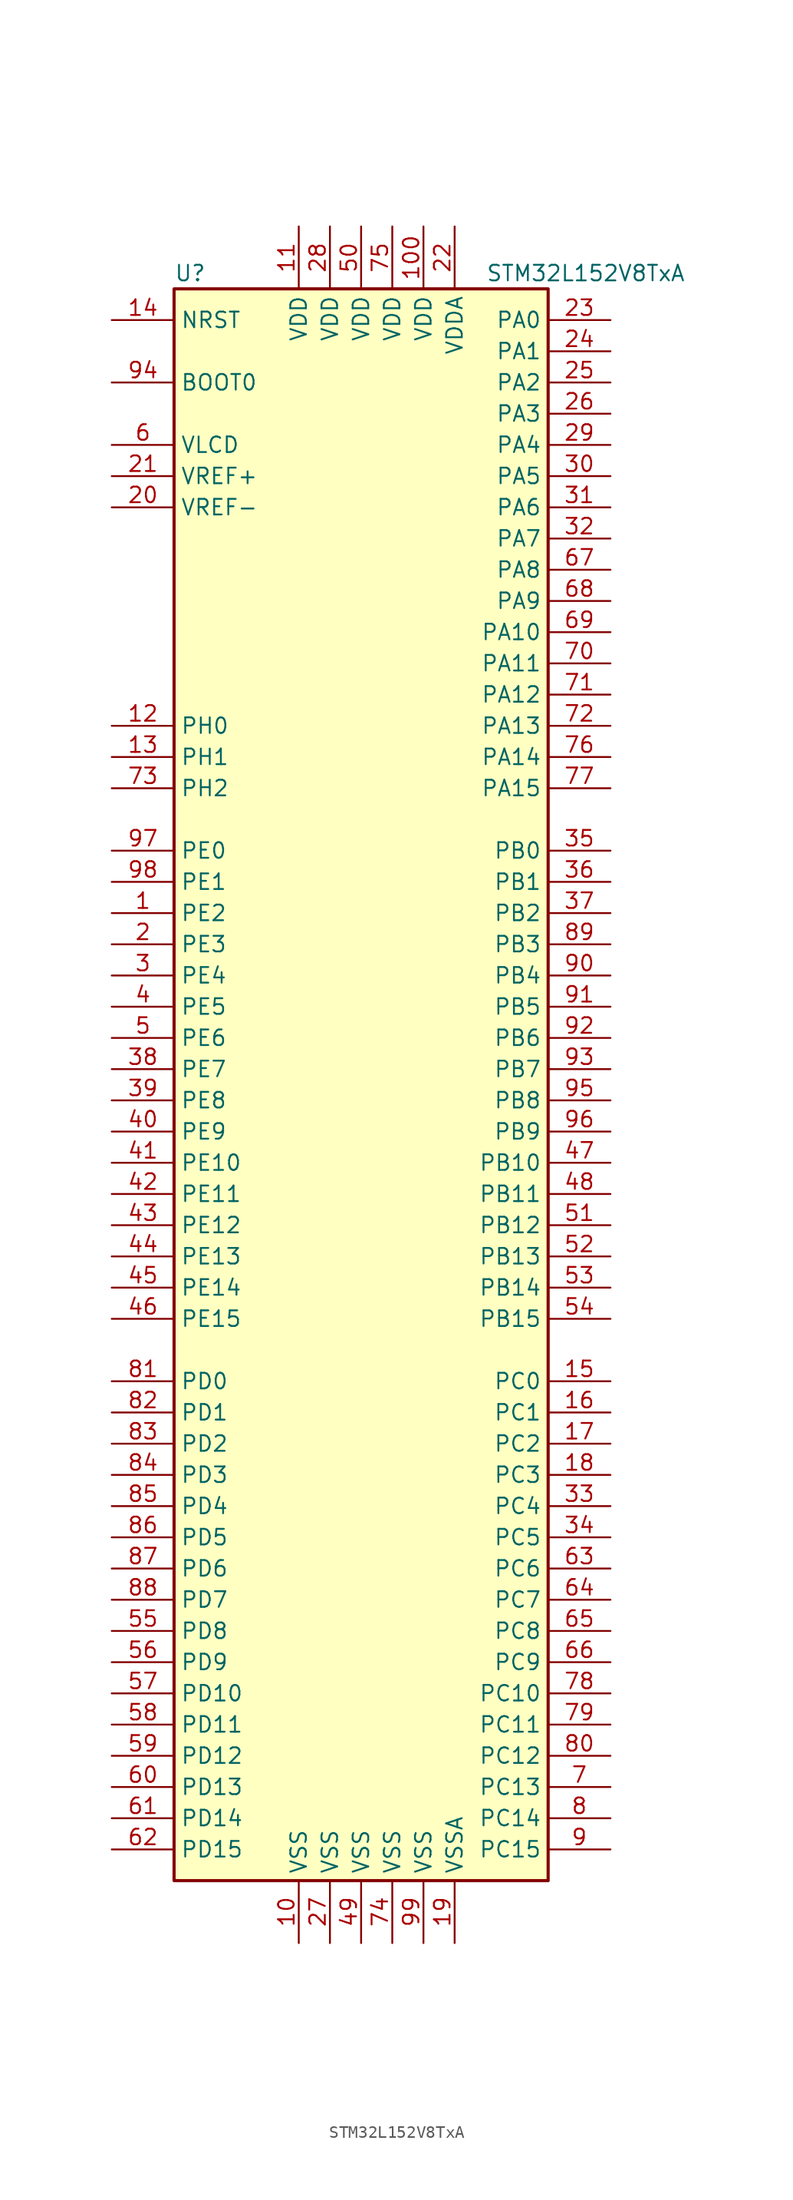
<source format=kicad_sym>
(kicad_symbol_lib
  (version 20211014)
  (generator kicad_symbol_editor)
  (symbol "STM32L152V8TxA"
    (property "Reference" "U"
      (at -15.24 64.77 0)
      (effects (font (size 1.27 1.27)) (justify left)))
    (property "Value" "STM32L152V8TxA"
      (at 10.16 64.77 0)
      (effects (font (size 1.27 1.27)) (justify left)))
    (symbol "STM32L152V8TxA_0_1"
      (rectangle (start -15.24 -66.04) (end 15.24 63.5) (stroke (width 0.254) (type default) (color 0 0 0 0)) (fill (type background))))
    (symbol "STM32L152V8TxA_1_1"
      (pin bidirectional line (at -20.32 12.7 0) (length 5.08) (name "PE2" (effects (font (size 1.27 1.27)))) (number "1" (effects (font (size 1.27 1.27)))))
      (pin power_in line (at -5.08 -71.12 90) (length 5.08) (name "VSS" (effects (font (size 1.27 1.27)))) (number "10" (effects (font (size 1.27 1.27)))))
      (pin power_in line (at 5.08 68.58 270) (length 5.08) (name "VDD" (effects (font (size 1.27 1.27)))) (number "100" (effects (font (size 1.27 1.27)))))
      (pin power_in line (at -5.08 68.58 270) (length 5.08) (name "VDD" (effects (font (size 1.27 1.27)))) (number "11" (effects (font (size 1.27 1.27)))))
      (pin input line (at -20.32 27.94 0) (length 5.08) (name "PH0" (effects (font (size 1.27 1.27)))) (number "12" (effects (font (size 1.27 1.27)))))
      (pin input line (at -20.32 25.4 0) (length 5.08) (name "PH1" (effects (font (size 1.27 1.27)))) (number "13" (effects (font (size 1.27 1.27)))))
      (pin input line (at -20.32 60.96 0) (length 5.08) (name "NRST" (effects (font (size 1.27 1.27)))) (number "14" (effects (font (size 1.27 1.27)))))
      (pin bidirectional line (at 20.32 -25.4 180) (length 5.08) (name "PC0" (effects (font (size 1.27 1.27)))) (number "15" (effects (font (size 1.27 1.27)))))
      (pin bidirectional line (at 20.32 -27.94 180) (length 5.08) (name "PC1" (effects (font (size 1.27 1.27)))) (number "16" (effects (font (size 1.27 1.27)))))
      (pin bidirectional line (at 20.32 -30.48 180) (length 5.08) (name "PC2" (effects (font (size 1.27 1.27)))) (number "17" (effects (font (size 1.27 1.27)))))
      (pin bidirectional line (at 20.32 -33.02 180) (length 5.08) (name "PC3" (effects (font (size 1.27 1.27)))) (number "18" (effects (font (size 1.27 1.27)))))
      (pin power_in line (at 7.62 -71.12 90) (length 5.08) (name "VSSA" (effects (font (size 1.27 1.27)))) (number "19" (effects (font (size 1.27 1.27)))))
      (pin bidirectional line (at -20.32 10.16 0) (length 5.08) (name "PE3" (effects (font (size 1.27 1.27)))) (number "2" (effects (font (size 1.27 1.27)))))
      (pin power_in line (at -20.32 45.72 0) (length 5.08) (name "VREF-" (effects (font (size 1.27 1.27)))) (number "20" (effects (font (size 1.27 1.27)))))
      (pin power_in line (at -20.32 48.26 0) (length 5.08) (name "VREF+" (effects (font (size 1.27 1.27)))) (number "21" (effects (font (size 1.27 1.27)))))
      (pin power_in line (at 7.62 68.58 270) (length 5.08) (name "VDDA" (effects (font (size 1.27 1.27)))) (number "22" (effects (font (size 1.27 1.27)))))
      (pin bidirectional line (at 20.32 60.96 180) (length 5.08) (name "PA0" (effects (font (size 1.27 1.27)))) (number "23" (effects (font (size 1.27 1.27)))))
      (pin bidirectional line (at 20.32 58.42 180) (length 5.08) (name "PA1" (effects (font (size 1.27 1.27)))) (number "24" (effects (font (size 1.27 1.27)))))
      (pin bidirectional line (at 20.32 55.88 180) (length 5.08) (name "PA2" (effects (font (size 1.27 1.27)))) (number "25" (effects (font (size 1.27 1.27)))))
      (pin bidirectional line (at 20.32 53.34 180) (length 5.08) (name "PA3" (effects (font (size 1.27 1.27)))) (number "26" (effects (font (size 1.27 1.27)))))
      (pin power_in line (at -2.54 -71.12 90) (length 5.08) (name "VSS" (effects (font (size 1.27 1.27)))) (number "27" (effects (font (size 1.27 1.27)))))
      (pin power_in line (at -2.54 68.58 270) (length 5.08) (name "VDD" (effects (font (size 1.27 1.27)))) (number "28" (effects (font (size 1.27 1.27)))))
      (pin bidirectional line (at 20.32 50.8 180) (length 5.08) (name "PA4" (effects (font (size 1.27 1.27)))) (number "29" (effects (font (size 1.27 1.27)))))
      (pin bidirectional line (at -20.32 7.62 0) (length 5.08) (name "PE4" (effects (font (size 1.27 1.27)))) (number "3" (effects (font (size 1.27 1.27)))))
      (pin bidirectional line (at 20.32 48.26 180) (length 5.08) (name "PA5" (effects (font (size 1.27 1.27)))) (number "30" (effects (font (size 1.27 1.27)))))
      (pin bidirectional line (at 20.32 45.72 180) (length 5.08) (name "PA6" (effects (font (size 1.27 1.27)))) (number "31" (effects (font (size 1.27 1.27)))))
      (pin bidirectional line (at 20.32 43.18 180) (length 5.08) (name "PA7" (effects (font (size 1.27 1.27)))) (number "32" (effects (font (size 1.27 1.27)))))
      (pin bidirectional line (at 20.32 -35.56 180) (length 5.08) (name "PC4" (effects (font (size 1.27 1.27)))) (number "33" (effects (font (size 1.27 1.27)))))
      (pin bidirectional line (at 20.32 -38.1 180) (length 5.08) (name "PC5" (effects (font (size 1.27 1.27)))) (number "34" (effects (font (size 1.27 1.27)))))
      (pin bidirectional line (at 20.32 17.78 180) (length 5.08) (name "PB0" (effects (font (size 1.27 1.27)))) (number "35" (effects (font (size 1.27 1.27)))))
      (pin bidirectional line (at 20.32 15.24 180) (length 5.08) (name "PB1" (effects (font (size 1.27 1.27)))) (number "36" (effects (font (size 1.27 1.27)))))
      (pin bidirectional line (at 20.32 12.7 180) (length 5.08) (name "PB2" (effects (font (size 1.27 1.27)))) (number "37" (effects (font (size 1.27 1.27)))))
      (pin bidirectional line (at -20.32 0 0) (length 5.08) (name "PE7" (effects (font (size 1.27 1.27)))) (number "38" (effects (font (size 1.27 1.27)))))
      (pin bidirectional line (at -20.32 -2.54 0) (length 5.08) (name "PE8" (effects (font (size 1.27 1.27)))) (number "39" (effects (font (size 1.27 1.27)))))
      (pin bidirectional line (at -20.32 5.08 0) (length 5.08) (name "PE5" (effects (font (size 1.27 1.27)))) (number "4" (effects (font (size 1.27 1.27)))))
      (pin bidirectional line (at -20.32 -5.08 0) (length 5.08) (name "PE9" (effects (font (size 1.27 1.27)))) (number "40" (effects (font (size 1.27 1.27)))))
      (pin bidirectional line (at -20.32 -7.62 0) (length 5.08) (name "PE10" (effects (font (size 1.27 1.27)))) (number "41" (effects (font (size 1.27 1.27)))))
      (pin bidirectional line (at -20.32 -10.16 0) (length 5.08) (name "PE11" (effects (font (size 1.27 1.27)))) (number "42" (effects (font (size 1.27 1.27)))))
      (pin bidirectional line (at -20.32 -12.7 0) (length 5.08) (name "PE12" (effects (font (size 1.27 1.27)))) (number "43" (effects (font (size 1.27 1.27)))))
      (pin bidirectional line (at -20.32 -15.24 0) (length 5.08) (name "PE13" (effects (font (size 1.27 1.27)))) (number "44" (effects (font (size 1.27 1.27)))))
      (pin bidirectional line (at -20.32 -17.78 0) (length 5.08) (name "PE14" (effects (font (size 1.27 1.27)))) (number "45" (effects (font (size 1.27 1.27)))))
      (pin bidirectional line (at -20.32 -20.32 0) (length 5.08) (name "PE15" (effects (font (size 1.27 1.27)))) (number "46" (effects (font (size 1.27 1.27)))))
      (pin bidirectional line (at 20.32 -7.62 180) (length 5.08) (name "PB10" (effects (font (size 1.27 1.27)))) (number "47" (effects (font (size 1.27 1.27)))))
      (pin bidirectional line (at 20.32 -10.16 180) (length 5.08) (name "PB11" (effects (font (size 1.27 1.27)))) (number "48" (effects (font (size 1.27 1.27)))))
      (pin power_in line (at 0 -71.12 90) (length 5.08) (name "VSS" (effects (font (size 1.27 1.27)))) (number "49" (effects (font (size 1.27 1.27)))))
      (pin bidirectional line (at -20.32 2.54 0) (length 5.08) (name "PE6" (effects (font (size 1.27 1.27)))) (number "5" (effects (font (size 1.27 1.27)))))
      (pin power_in line (at 0 68.58 270) (length 5.08) (name "VDD" (effects (font (size 1.27 1.27)))) (number "50" (effects (font (size 1.27 1.27)))))
      (pin bidirectional line (at 20.32 -12.7 180) (length 5.08) (name "PB12" (effects (font (size 1.27 1.27)))) (number "51" (effects (font (size 1.27 1.27)))))
      (pin bidirectional line (at 20.32 -15.24 180) (length 5.08) (name "PB13" (effects (font (size 1.27 1.27)))) (number "52" (effects (font (size 1.27 1.27)))))
      (pin bidirectional line (at 20.32 -17.78 180) (length 5.08) (name "PB14" (effects (font (size 1.27 1.27)))) (number "53" (effects (font (size 1.27 1.27)))))
      (pin bidirectional line (at 20.32 -20.32 180) (length 5.08) (name "PB15" (effects (font (size 1.27 1.27)))) (number "54" (effects (font (size 1.27 1.27)))))
      (pin bidirectional line (at -20.32 -45.72 0) (length 5.08) (name "PD8" (effects (font (size 1.27 1.27)))) (number "55" (effects (font (size 1.27 1.27)))))
      (pin bidirectional line (at -20.32 -48.26 0) (length 5.08) (name "PD9" (effects (font (size 1.27 1.27)))) (number "56" (effects (font (size 1.27 1.27)))))
      (pin bidirectional line (at -20.32 -50.8 0) (length 5.08) (name "PD10" (effects (font (size 1.27 1.27)))) (number "57" (effects (font (size 1.27 1.27)))))
      (pin bidirectional line (at -20.32 -53.34 0) (length 5.08) (name "PD11" (effects (font (size 1.27 1.27)))) (number "58" (effects (font (size 1.27 1.27)))))
      (pin bidirectional line (at -20.32 -55.88 0) (length 5.08) (name "PD12" (effects (font (size 1.27 1.27)))) (number "59" (effects (font (size 1.27 1.27)))))
      (pin power_in line (at -20.32 50.8 0) (length 5.08) (name "VLCD" (effects (font (size 1.27 1.27)))) (number "6" (effects (font (size 1.27 1.27)))))
      (pin bidirectional line (at -20.32 -58.42 0) (length 5.08) (name "PD13" (effects (font (size 1.27 1.27)))) (number "60" (effects (font (size 1.27 1.27)))))
      (pin bidirectional line (at -20.32 -60.96 0) (length 5.08) (name "PD14" (effects (font (size 1.27 1.27)))) (number "61" (effects (font (size 1.27 1.27)))))
      (pin bidirectional line (at -20.32 -63.5 0) (length 5.08) (name "PD15" (effects (font (size 1.27 1.27)))) (number "62" (effects (font (size 1.27 1.27)))))
      (pin bidirectional line (at 20.32 -40.64 180) (length 5.08) (name "PC6" (effects (font (size 1.27 1.27)))) (number "63" (effects (font (size 1.27 1.27)))))
      (pin bidirectional line (at 20.32 -43.18 180) (length 5.08) (name "PC7" (effects (font (size 1.27 1.27)))) (number "64" (effects (font (size 1.27 1.27)))))
      (pin bidirectional line (at 20.32 -45.72 180) (length 5.08) (name "PC8" (effects (font (size 1.27 1.27)))) (number "65" (effects (font (size 1.27 1.27)))))
      (pin bidirectional line (at 20.32 -48.26 180) (length 5.08) (name "PC9" (effects (font (size 1.27 1.27)))) (number "66" (effects (font (size 1.27 1.27)))))
      (pin bidirectional line (at 20.32 40.64 180) (length 5.08) (name "PA8" (effects (font (size 1.27 1.27)))) (number "67" (effects (font (size 1.27 1.27)))))
      (pin bidirectional line (at 20.32 38.1 180) (length 5.08) (name "PA9" (effects (font (size 1.27 1.27)))) (number "68" (effects (font (size 1.27 1.27)))))
      (pin bidirectional line (at 20.32 35.56 180) (length 5.08) (name "PA10" (effects (font (size 1.27 1.27)))) (number "69" (effects (font (size 1.27 1.27)))))
      (pin bidirectional line (at 20.32 -58.42 180) (length 5.08) (name "PC13" (effects (font (size 1.27 1.27)))) (number "7" (effects (font (size 1.27 1.27)))))
      (pin bidirectional line (at 20.32 33.02 180) (length 5.08) (name "PA11" (effects (font (size 1.27 1.27)))) (number "70" (effects (font (size 1.27 1.27)))))
      (pin bidirectional line (at 20.32 30.48 180) (length 5.08) (name "PA12" (effects (font (size 1.27 1.27)))) (number "71" (effects (font (size 1.27 1.27)))))
      (pin bidirectional line (at 20.32 27.94 180) (length 5.08) (name "PA13" (effects (font (size 1.27 1.27)))) (number "72" (effects (font (size 1.27 1.27)))))
      (pin bidirectional line (at -20.32 22.86 0) (length 5.08) (name "PH2" (effects (font (size 1.27 1.27)))) (number "73" (effects (font (size 1.27 1.27)))))
      (pin power_in line (at 2.54 -71.12 90) (length 5.08) (name "VSS" (effects (font (size 1.27 1.27)))) (number "74" (effects (font (size 1.27 1.27)))))
      (pin power_in line (at 2.54 68.58 270) (length 5.08) (name "VDD" (effects (font (size 1.27 1.27)))) (number "75" (effects (font (size 1.27 1.27)))))
      (pin bidirectional line (at 20.32 25.4 180) (length 5.08) (name "PA14" (effects (font (size 1.27 1.27)))) (number "76" (effects (font (size 1.27 1.27)))))
      (pin bidirectional line (at 20.32 22.86 180) (length 5.08) (name "PA15" (effects (font (size 1.27 1.27)))) (number "77" (effects (font (size 1.27 1.27)))))
      (pin bidirectional line (at 20.32 -50.8 180) (length 5.08) (name "PC10" (effects (font (size 1.27 1.27)))) (number "78" (effects (font (size 1.27 1.27)))))
      (pin bidirectional line (at 20.32 -53.34 180) (length 5.08) (name "PC11" (effects (font (size 1.27 1.27)))) (number "79" (effects (font (size 1.27 1.27)))))
      (pin bidirectional line (at 20.32 -60.96 180) (length 5.08) (name "PC14" (effects (font (size 1.27 1.27)))) (number "8" (effects (font (size 1.27 1.27)))))
      (pin bidirectional line (at 20.32 -55.88 180) (length 5.08) (name "PC12" (effects (font (size 1.27 1.27)))) (number "80" (effects (font (size 1.27 1.27)))))
      (pin bidirectional line (at -20.32 -25.4 0) (length 5.08) (name "PD0" (effects (font (size 1.27 1.27)))) (number "81" (effects (font (size 1.27 1.27)))))
      (pin bidirectional line (at -20.32 -27.94 0) (length 5.08) (name "PD1" (effects (font (size 1.27 1.27)))) (number "82" (effects (font (size 1.27 1.27)))))
      (pin bidirectional line (at -20.32 -30.48 0) (length 5.08) (name "PD2" (effects (font (size 1.27 1.27)))) (number "83" (effects (font (size 1.27 1.27)))))
      (pin bidirectional line (at -20.32 -33.02 0) (length 5.08) (name "PD3" (effects (font (size 1.27 1.27)))) (number "84" (effects (font (size 1.27 1.27)))))
      (pin bidirectional line (at -20.32 -35.56 0) (length 5.08) (name "PD4" (effects (font (size 1.27 1.27)))) (number "85" (effects (font (size 1.27 1.27)))))
      (pin bidirectional line (at -20.32 -38.1 0) (length 5.08) (name "PD5" (effects (font (size 1.27 1.27)))) (number "86" (effects (font (size 1.27 1.27)))))
      (pin bidirectional line (at -20.32 -40.64 0) (length 5.08) (name "PD6" (effects (font (size 1.27 1.27)))) (number "87" (effects (font (size 1.27 1.27)))))
      (pin bidirectional line (at -20.32 -43.18 0) (length 5.08) (name "PD7" (effects (font (size 1.27 1.27)))) (number "88" (effects (font (size 1.27 1.27)))))
      (pin bidirectional line (at 20.32 10.16 180) (length 5.08) (name "PB3" (effects (font (size 1.27 1.27)))) (number "89" (effects (font (size 1.27 1.27)))))
      (pin bidirectional line (at 20.32 -63.5 180) (length 5.08) (name "PC15" (effects (font (size 1.27 1.27)))) (number "9" (effects (font (size 1.27 1.27)))))
      (pin bidirectional line (at 20.32 7.62 180) (length 5.08) (name "PB4" (effects (font (size 1.27 1.27)))) (number "90" (effects (font (size 1.27 1.27)))))
      (pin bidirectional line (at 20.32 5.08 180) (length 5.08) (name "PB5" (effects (font (size 1.27 1.27)))) (number "91" (effects (font (size 1.27 1.27)))))
      (pin bidirectional line (at 20.32 2.54 180) (length 5.08) (name "PB6" (effects (font (size 1.27 1.27)))) (number "92" (effects (font (size 1.27 1.27)))))
      (pin bidirectional line (at 20.32 0 180) (length 5.08) (name "PB7" (effects (font (size 1.27 1.27)))) (number "93" (effects (font (size 1.27 1.27)))))
      (pin input line (at -20.32 55.88 0) (length 5.08) (name "BOOT0" (effects (font (size 1.27 1.27)))) (number "94" (effects (font (size 1.27 1.27)))))
      (pin bidirectional line (at 20.32 -2.54 180) (length 5.08) (name "PB8" (effects (font (size 1.27 1.27)))) (number "95" (effects (font (size 1.27 1.27)))))
      (pin bidirectional line (at 20.32 -5.08 180) (length 5.08) (name "PB9" (effects (font (size 1.27 1.27)))) (number "96" (effects (font (size 1.27 1.27)))))
      (pin bidirectional line (at -20.32 17.78 0) (length 5.08) (name "PE0" (effects (font (size 1.27 1.27)))) (number "97" (effects (font (size 1.27 1.27)))))
      (pin bidirectional line (at -20.32 15.24 0) (length 5.08) (name "PE1" (effects (font (size 1.27 1.27)))) (number "98" (effects (font (size 1.27 1.27)))))
      (pin power_in line (at 5.08 -71.12 90) (length 5.08) (name "VSS" (effects (font (size 1.27 1.27)))) (number "99" (effects (font (size 1.27 1.27))))))))
</source>
